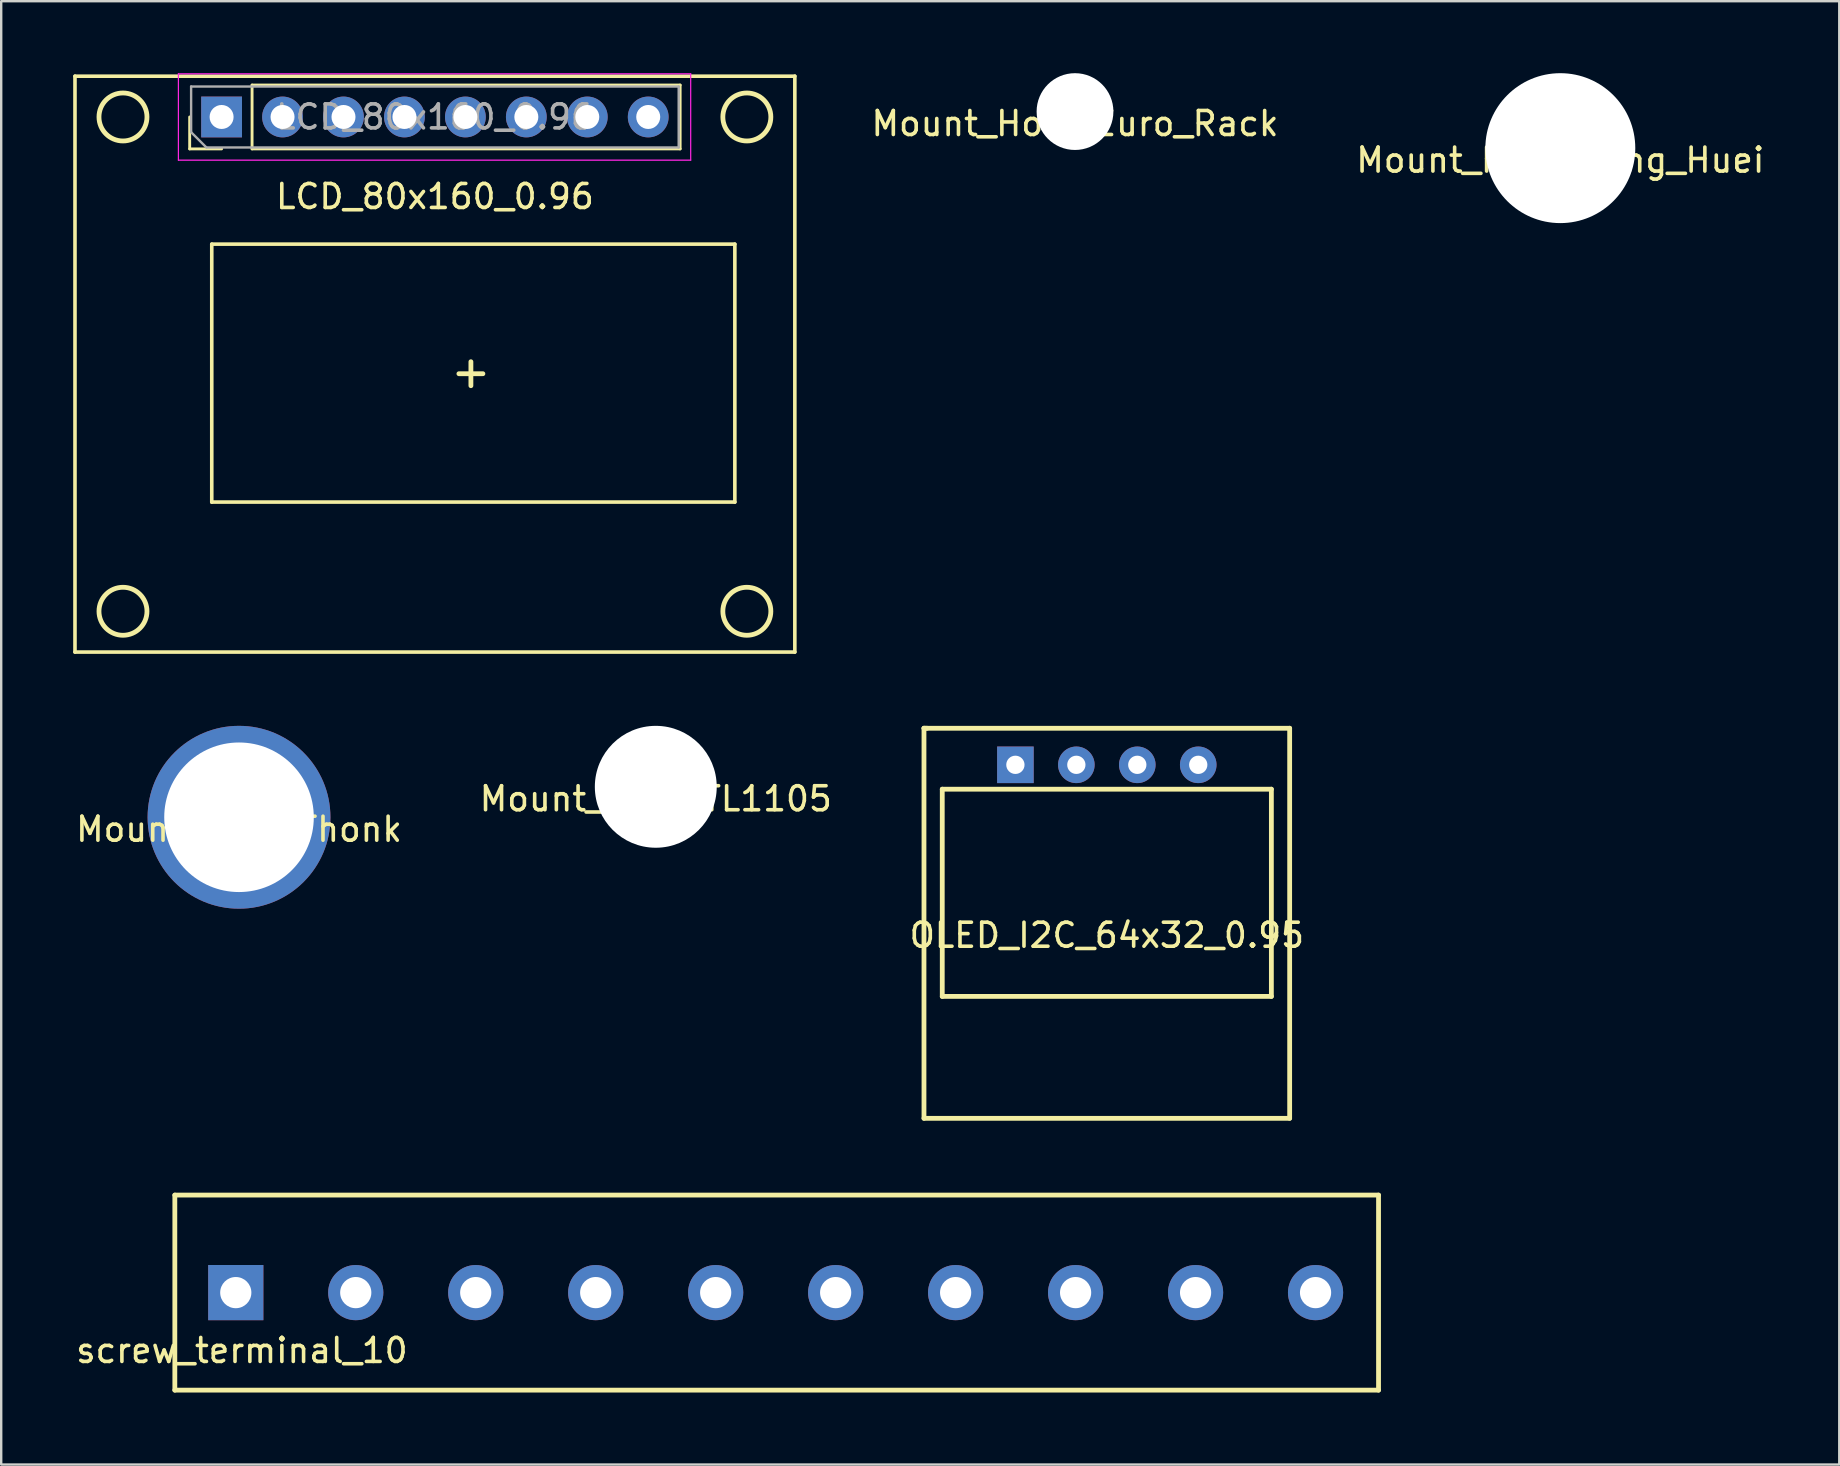
<source format=kicad_pcb>
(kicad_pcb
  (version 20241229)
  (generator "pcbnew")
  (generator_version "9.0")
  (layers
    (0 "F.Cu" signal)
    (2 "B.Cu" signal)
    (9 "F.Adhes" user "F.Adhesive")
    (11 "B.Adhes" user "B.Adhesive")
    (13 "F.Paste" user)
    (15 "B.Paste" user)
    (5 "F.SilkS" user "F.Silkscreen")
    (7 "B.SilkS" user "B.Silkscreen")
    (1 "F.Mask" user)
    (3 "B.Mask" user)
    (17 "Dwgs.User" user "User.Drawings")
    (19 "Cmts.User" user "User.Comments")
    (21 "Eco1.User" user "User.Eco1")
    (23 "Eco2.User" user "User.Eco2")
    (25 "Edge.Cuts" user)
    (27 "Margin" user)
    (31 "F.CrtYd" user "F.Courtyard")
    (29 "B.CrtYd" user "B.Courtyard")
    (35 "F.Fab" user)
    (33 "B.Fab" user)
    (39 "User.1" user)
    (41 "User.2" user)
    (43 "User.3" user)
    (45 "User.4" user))
  (footprint "Mount_Hole_Song_Huei"
    (layer "F.Cu")
    (at 61.977 3.124)
    (property "Reference" "Mount_Hole_Song_Huei" (at 0 0.5 0) (layer "F.SilkS") (effects (font (size 1 1) (thickness 0.15))))
    (attr through_hole)
    (pad "" np_thru_hole circle (at 0 0) (size 6.248 6.248) (drill 6.248) (layers "*.Cu" "*.Mask")))
  (footprint "screw_terminal_10"
    (layer "F.Cu")
    (at 6.776 50.82)
    (property "Reference" "screw_terminal_10" (at 0.254 2.413 0) (layer "F.SilkS") (effects (font (size 1 1) (thickness 0.15))))
    (attr through_hole)
    (fp_line (start -2.54 -4.064) (end -2.54 4.064) (stroke (width 0.2) (type solid)) (layer "F.SilkS"))
    (fp_line (start -2.54 4.064) (end 47.625 4.064) (stroke (width 0.2) (type solid)) (layer "F.SilkS"))
    (fp_line (start 47.625 -4.064) (end -2.54 -4.064) (stroke (width 0.2) (type solid)) (layer "F.SilkS"))
    (fp_line (start 47.625 4.064) (end 47.625 -4.064) (stroke (width 0.2) (type solid)) (layer "F.SilkS"))
    (pad "1" thru_hole rect (at 0 0) (size 2.3 2.3) (drill 1.3) (layers "*.Cu" "*.Mask"))
    (pad "2" thru_hole circle (at 5 0) (size 2.3 2.3) (drill 1.3) (layers "*.Cu" "*.Mask"))
    (pad "3" thru_hole circle (at 10 0) (size 2.3 2.3) (drill 1.3) (layers "*.Cu" "*.Mask"))
    (pad "4" thru_hole circle (at 15 0) (size 2.3 2.3) (drill 1.3) (layers "*.Cu" "*.Mask"))
    (pad "5" thru_hole circle (at 20 0) (size 2.3 2.3) (drill 1.3) (layers "*.Cu" "*.Mask"))
    (pad "6" thru_hole circle (at 25 0) (size 2.3 2.3) (drill 1.3) (layers "*.Cu" "*.Mask"))
    (pad "7" thru_hole circle (at 30 0) (size 2.3 2.3) (drill 1.3) (layers "*.Cu" "*.Mask"))
    (pad "8" thru_hole circle (at 35 0) (size 2.3 2.3) (drill 1.3) (layers "*.Cu" "*.Mask"))
    (pad "9" thru_hole circle (at 40 0) (size 2.3 2.3) (drill 1.3) (layers "*.Cu" "*.Mask"))
    (pad "10" thru_hole circle (at 45 0) (size 2.3 2.3) (drill 1.3) (layers "*.Cu" "*.Mask")))
  (footprint "OLED_I2C_64x32_0.95"
    (layer "F.Cu")
    (at 43.077 35.428)
    (property "Reference" "OLED_I2C_64x32_0.95" (at 0 0.5 0) (layer "F.SilkS") (effects (font (size 1 1) (thickness 0.15))))
    (attr through_hole)
    (fp_line (start -7.62 -8.128) (end -7.493 -8.128) (stroke (width 0.2) (type solid)) (layer "F.SilkS"))
    (fp_line (start -7.62 -8.128) (end 7.62 -8.128) (stroke (width 0.2) (type solid)) (layer "F.SilkS"))
    (fp_line (start -7.62 8.128) (end -7.62 -8.128) (stroke (width 0.2) (type solid)) (layer "F.SilkS"))
    (fp_line (start -6.858 -5.588) (end 6.858 -5.588) (stroke (width 0.2) (type solid)) (layer "F.SilkS"))
    (fp_line (start -6.858 3.048) (end -6.858 -5.588) (stroke (width 0.2) (type solid)) (layer "F.SilkS"))
    (fp_line (start 6.858 -5.588) (end 6.858 3.048) (stroke (width 0.2) (type solid)) (layer "F.SilkS"))
    (fp_line (start 6.858 3.048) (end -6.858 3.048) (stroke (width 0.2) (type solid)) (layer "F.SilkS"))
    (fp_line (start 7.62 -8.128) (end 7.62 8.128) (stroke (width 0.2) (type solid)) (layer "F.SilkS"))
    (fp_line (start 7.62 8.128) (end -7.62 8.128) (stroke (width 0.2) (type solid)) (layer "F.SilkS"))
    (pad "1" thru_hole rect (at -3.81 -6.604) (size 1.524 1.524) (drill 0.762) (layers "*.Cu" "*.Mask"))
    (pad "2" thru_hole circle (at -1.27 -6.604) (size 1.524 1.524) (drill 0.762) (layers "*.Cu" "*.Mask"))
    (pad "3" thru_hole circle (at 1.27 -6.604) (size 1.524 1.524) (drill 0.762) (layers "*.Cu" "*.Mask"))
    (pad "4" thru_hole circle (at 3.81 -6.604) (size 1.524 1.524) (drill 0.762) (layers "*.Cu" "*.Mask")))
  (footprint "LCD_80x160_0.96"
    (layer "F.Cu")
    (at 15.075 12.125)
    (property "Reference" "LCD_80x160_0.96" (at 0 -6.985 180) (layer "F.SilkS") (effects (font (size 1 1) (thickness 0.15))))
    (attr through_hole)
    (fp_line (start -15 -12) (end -15 12) (stroke (width 0.15) (type solid)) (layer "F.SilkS"))
    (fp_line (start -15 -12) (end 15 -12) (stroke (width 0.15) (type solid)) (layer "F.SilkS"))
    (fp_line (start -15 12) (end 15 12) (stroke (width 0.15) (type solid)) (layer "F.SilkS"))
    (fp_line (start -10.22 -8.97) (end -10.22 -10.3) (stroke (width 0.12) (type solid)) (layer "F.SilkS"))
    (fp_line (start -9.3 -5) (end -9.3 5.75) (stroke (width 0.15) (type solid)) (layer "F.SilkS"))
    (fp_line (start -9.3 -5) (end 12.5 -5) (stroke (width 0.15) (type solid)) (layer "F.SilkS"))
    (fp_line (start -8.89 -8.97) (end -10.22 -8.97) (stroke (width 0.12) (type solid)) (layer "F.SilkS"))
    (fp_line (start -7.62 -11.63) (end 10.22 -11.63) (stroke (width 0.12) (type solid)) (layer "F.SilkS"))
    (fp_line (start -7.62 -8.97) (end -7.62 -11.63) (stroke (width 0.12) (type solid)) (layer "F.SilkS"))
    (fp_line (start -7.62 -8.97) (end 10.22 -8.97) (stroke (width 0.12) (type solid)) (layer "F.SilkS"))
    (fp_line (start 1 0.4) (end 2 0.4) (stroke (width 0.2) (type solid)) (layer "F.SilkS"))
    (fp_line (start 1.5 -0.1) (end 1.5 0.9) (stroke (width 0.2) (type solid)) (layer "F.SilkS"))
    (fp_line (start 10.22 -8.97) (end 10.22 -11.63) (stroke (width 0.12) (type solid)) (layer "F.SilkS"))
    (fp_line (start 12.5 -5) (end 12.5 5.75) (stroke (width 0.15) (type solid)) (layer "F.SilkS"))
    (fp_line (start 12.5 5.75) (end -9.3 5.75) (stroke (width 0.15) (type solid)) (layer "F.SilkS"))
    (fp_line (start 15 -12) (end 15 12) (stroke (width 0.15) (type solid)) (layer "F.SilkS"))
    (fp_circle (center -13 -10.3) (end -12 -10.3) (stroke (width 0.2) (type solid)) (fill no) (layer "F.SilkS"))
    (fp_circle (center -13 10.3) (end -12 10.3) (stroke (width 0.2) (type solid)) (fill no) (layer "F.SilkS"))
    (fp_circle (center 13 -10.3) (end 14 -10.3) (stroke (width 0.2) (type solid)) (fill no) (layer "F.SilkS"))
    (fp_circle (center 13 10.3) (end 14 10.3) (stroke (width 0.2) (type solid)) (fill no) (layer "F.SilkS"))
    (fp_line (start -10.69 -12.1) (end -10.69 -8.5) (stroke (width 0.05) (type solid)) (layer "F.CrtYd"))
    (fp_line (start -10.69 -8.5) (end 10.66 -8.5) (stroke (width 0.05) (type solid)) (layer "F.CrtYd"))
    (fp_line (start 10.66 -12.1) (end -10.69 -12.1) (stroke (width 0.05) (type solid)) (layer "F.CrtYd"))
    (fp_line (start 10.66 -8.5) (end 10.66 -12.1) (stroke (width 0.05) (type solid)) (layer "F.CrtYd"))
    (fp_line (start -10.16 -11.57) (end 10.16 -11.57) (stroke (width 0.1) (type solid)) (layer "F.Fab"))
    (fp_line (start -10.16 -9.665) (end -10.16 -11.57) (stroke (width 0.1) (type solid)) (layer "F.Fab"))
    (fp_line (start -9.525 -9.03) (end -10.16 -9.665) (stroke (width 0.1) (type solid)) (layer "F.Fab"))
    (fp_line (start 10.16 -11.57) (end 10.16 -9.03) (stroke (width 0.1) (type solid)) (layer "F.Fab"))
    (fp_line (start 10.16 -9.03) (end -9.525 -9.03) (stroke (width 0.1) (type solid)) (layer "F.Fab"))
    (fp_text user "${REFERENCE}" (at 0 -10.3 180) (layer "F.Fab") (effects (font (size 1 1) (thickness 0.15))))
    (pad "1" thru_hole rect (at -8.89 -10.3 90) (size 1.7 1.7) (drill 1) (layers "*.Cu" "*.Mask"))
    (pad "2" thru_hole oval (at -6.35 -10.3 90) (size 1.7 1.7) (drill 1) (layers "*.Cu" "*.Mask"))
    (pad "3" thru_hole oval (at -3.81 -10.3 90) (size 1.7 1.7) (drill 1) (layers "*.Cu" "*.Mask"))
    (pad "4" thru_hole oval (at -1.27 -10.3 90) (size 1.7 1.7) (drill 1) (layers "*.Cu" "*.Mask"))
    (pad "5" thru_hole oval (at 1.27 -10.3 90) (size 1.7 1.7) (drill 1) (layers "*.Cu" "*.Mask"))
    (pad "6" thru_hole oval (at 3.81 -10.3 90) (size 1.7 1.7) (drill 1) (layers "*.Cu" "*.Mask"))
    (pad "7" thru_hole oval (at 6.35 -10.3 90) (size 1.7 1.7) (drill 1) (layers "*.Cu" "*.Mask"))
    (pad "8" thru_hole oval (at 8.89 -10.3 90) (size 1.7 1.7) (drill 1) (layers "*.Cu" "*.Mask")))
  (footprint "Mount_Hole_Euro_Rack"
    (layer "F.Cu")
    (at 41.751 1.6)
    (property "Reference" "Mount_Hole_Euro_Rack" (at 0 0.5 0) (layer "F.SilkS") (effects (font (size 1 1) (thickness 0.15))))
    (attr through_hole)
    (pad "" np_thru_hole circle (at 0 0) (size 3.2 3.2) (drill 3.2) (layers "*.Cu" "*.Mask")))
  (footprint "Mount_Hole_TL1105"
    (layer "F.Cu")
    (at 24.28 29.74)
    (property "Reference" "Mount_Hole_TL1105" (at 0 0.5 0) (layer "F.SilkS") (effects (font (size 1 1) (thickness 0.15))))
    (attr through_hole)
    (pad "" np_thru_hole circle (at 0 0) (size 5.08 5.08) (drill 5.08) (layers "*.Cu" "*.Mask")))
  (footprint "Mount_Hole_Thonk"
    (layer "F.Cu")
    (at 6.911 31.01)
    (property "Reference" "Mount_Hole_Thonk" (at 0 0.5 0) (layer "F.SilkS") (effects (font (size 1 1) (thickness 0.15))))
    (attr through_hole)
    (pad "1" thru_hole circle (at 0 0) (size 7.62 7.62) (drill 6.233) (layers "*.Cu" "*.Mask")))
  (gr_rect
    (start -3 -3)
    (end 73.602 57.984)
    (stroke (width 0.1) (type default))
    (fill no)
    (layer "Edge.Cuts")))
</source>
